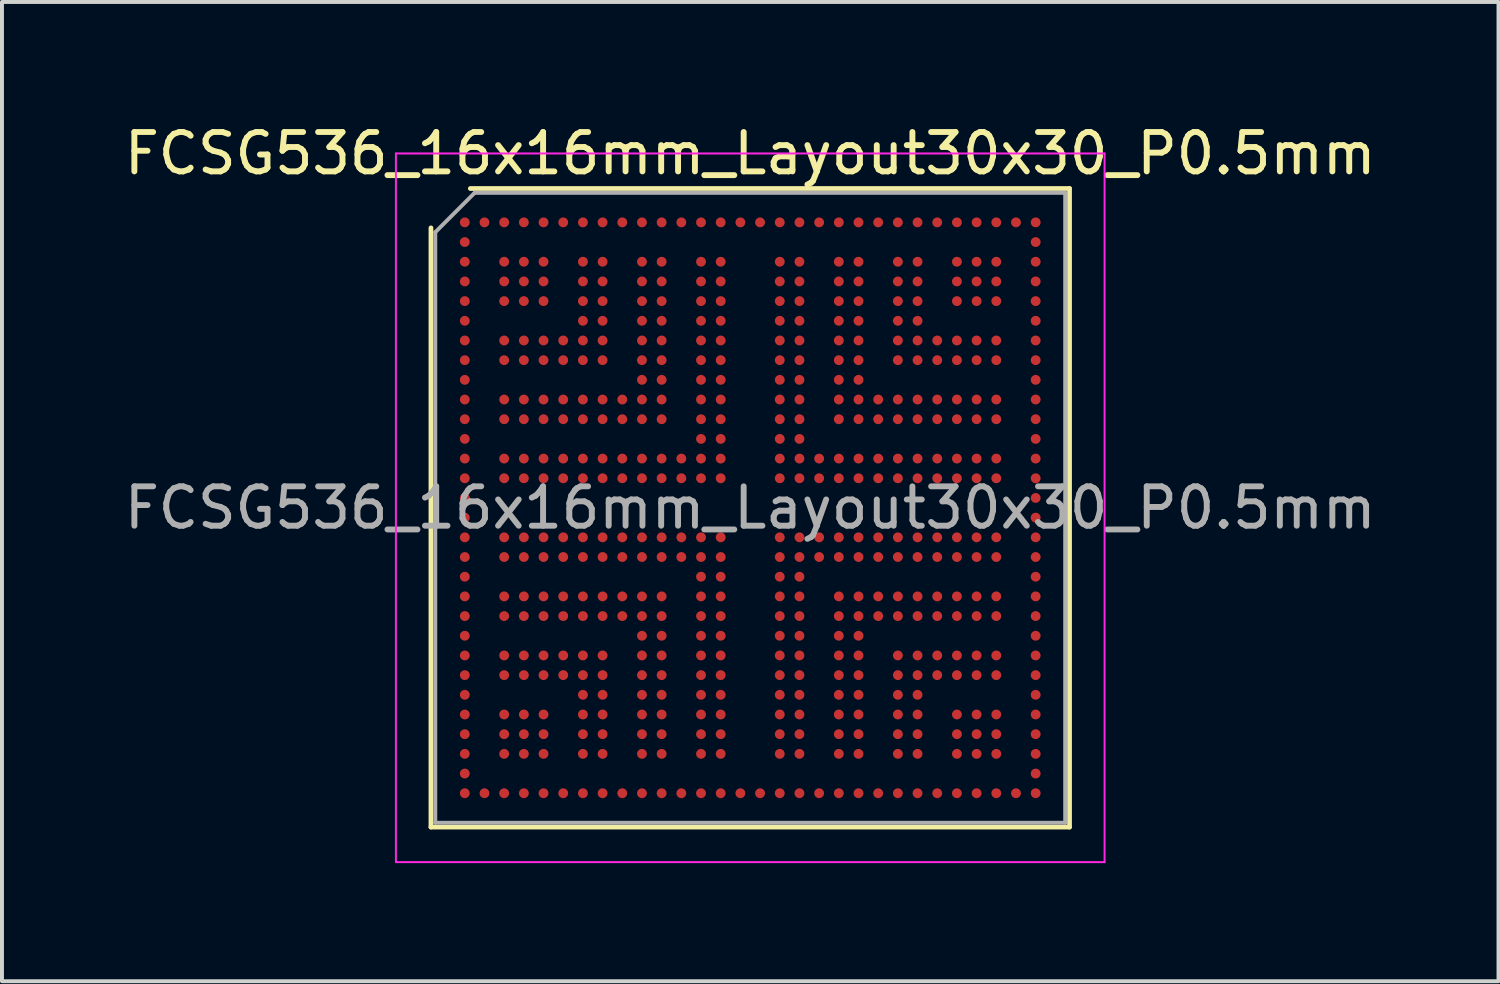
<source format=kicad_pcb>
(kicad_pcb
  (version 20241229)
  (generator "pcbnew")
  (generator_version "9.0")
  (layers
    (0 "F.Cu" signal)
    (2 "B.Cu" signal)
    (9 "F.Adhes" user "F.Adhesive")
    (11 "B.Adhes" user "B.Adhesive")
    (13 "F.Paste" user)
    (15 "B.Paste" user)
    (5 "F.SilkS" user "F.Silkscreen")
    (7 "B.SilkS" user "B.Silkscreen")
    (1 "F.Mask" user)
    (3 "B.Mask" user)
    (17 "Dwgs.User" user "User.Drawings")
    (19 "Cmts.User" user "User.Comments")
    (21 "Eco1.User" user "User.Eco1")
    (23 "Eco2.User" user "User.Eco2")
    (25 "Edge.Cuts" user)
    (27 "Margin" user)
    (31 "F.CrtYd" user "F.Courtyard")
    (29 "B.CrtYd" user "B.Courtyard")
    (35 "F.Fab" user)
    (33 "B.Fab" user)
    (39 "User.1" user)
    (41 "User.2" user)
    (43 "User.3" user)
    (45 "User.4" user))
  (footprint "FCSG536_16x16mm_Layout30x30_P0.5mm"
    (layer "F.Cu")
    (at 16.006 9.848)
    (property "Reference" "FCSG536_16x16mm_Layout30x30_P0.5mm" (at 0 -9 0) (layer "F.SilkS") (effects (font (size 1 1) (thickness 0.15))))
    (attr smd)
    (fp_line (start -8.11 8.11) (end -8.11 -7.11) (stroke (width 0.12) (type solid)) (layer "F.SilkS"))
    (fp_line (start -7.11 -8.11) (end 8.11 -8.11) (stroke (width 0.12) (type solid)) (layer "F.SilkS"))
    (fp_line (start 8.11 -8.11) (end 8.11 8.11) (stroke (width 0.12) (type solid)) (layer "F.SilkS"))
    (fp_line (start 8.11 8.11) (end -8.11 8.11) (stroke (width 0.12) (type solid)) (layer "F.SilkS"))
    (fp_line (start -9 -9) (end -9 9) (stroke (width 0.05) (type solid)) (layer "F.CrtYd"))
    (fp_line (start -9 9) (end 9 9) (stroke (width 0.05) (type solid)) (layer "F.CrtYd"))
    (fp_line (start 9 -9) (end -9 -9) (stroke (width 0.05) (type solid)) (layer "F.CrtYd"))
    (fp_line (start 9 9) (end 9 -9) (stroke (width 0.05) (type solid)) (layer "F.CrtYd"))
    (fp_line (start -8 -7) (end -7 -8) (stroke (width 0.1) (type solid)) (layer "F.Fab"))
    (fp_line (start -8 8) (end -8 -7) (stroke (width 0.1) (type solid)) (layer "F.Fab"))
    (fp_line (start -7 -8) (end 8 -8) (stroke (width 0.1) (type solid)) (layer "F.Fab"))
    (fp_line (start 8 -8) (end 8 8) (stroke (width 0.1) (type solid)) (layer "F.Fab"))
    (fp_line (start 8 8) (end -8 8) (stroke (width 0.1) (type solid)) (layer "F.Fab"))
    (fp_text user "${REFERENCE}" (at 0 0 0) (layer "F.Fab") (effects (font (size 1 1) (thickness 0.15))))
    (pad "A1" smd circle (at -7.25 -7.25) (size 0.25 0.25) (layers "F.Cu" "F.Mask" "F.Paste"))
    (pad "A2" smd circle (at -6.75 -7.25) (size 0.25 0.25) (layers "F.Cu" "F.Mask" "F.Paste"))
    (pad "A3" smd circle (at -6.25 -7.25) (size 0.25 0.25) (layers "F.Cu" "F.Mask" "F.Paste"))
    (pad "A4" smd circle (at -5.75 -7.25) (size 0.25 0.25) (layers "F.Cu" "F.Mask" "F.Paste"))
    (pad "A5" smd circle (at -5.25 -7.25) (size 0.25 0.25) (layers "F.Cu" "F.Mask" "F.Paste"))
    (pad "A6" smd circle (at -4.75 -7.25) (size 0.25 0.25) (layers "F.Cu" "F.Mask" "F.Paste"))
    (pad "A7" smd circle (at -4.25 -7.25) (size 0.25 0.25) (layers "F.Cu" "F.Mask" "F.Paste"))
    (pad "A8" smd circle (at -3.75 -7.25) (size 0.25 0.25) (layers "F.Cu" "F.Mask" "F.Paste"))
    (pad "A9" smd circle (at -3.25 -7.25) (size 0.25 0.25) (layers "F.Cu" "F.Mask" "F.Paste"))
    (pad "A10" smd circle (at -2.75 -7.25) (size 0.25 0.25) (layers "F.Cu" "F.Mask" "F.Paste"))
    (pad "A11" smd circle (at -2.25 -7.25) (size 0.25 0.25) (layers "F.Cu" "F.Mask" "F.Paste"))
    (pad "A12" smd circle (at -1.75 -7.25) (size 0.25 0.25) (layers "F.Cu" "F.Mask" "F.Paste"))
    (pad "A13" smd circle (at -1.25 -7.25) (size 0.25 0.25) (layers "F.Cu" "F.Mask" "F.Paste"))
    (pad "A14" smd circle (at -0.75 -7.25) (size 0.25 0.25) (layers "F.Cu" "F.Mask" "F.Paste"))
    (pad "A15" smd circle (at -0.25 -7.25) (size 0.25 0.25) (layers "F.Cu" "F.Mask" "F.Paste"))
    (pad "A16" smd circle (at 0.25 -7.25) (size 0.25 0.25) (layers "F.Cu" "F.Mask" "F.Paste"))
    (pad "A17" smd circle (at 0.75 -7.25) (size 0.25 0.25) (layers "F.Cu" "F.Mask" "F.Paste"))
    (pad "A18" smd circle (at 1.25 -7.25) (size 0.25 0.25) (layers "F.Cu" "F.Mask" "F.Paste"))
    (pad "A19" smd circle (at 1.75 -7.25) (size 0.25 0.25) (layers "F.Cu" "F.Mask" "F.Paste"))
    (pad "A20" smd circle (at 2.25 -7.25) (size 0.25 0.25) (layers "F.Cu" "F.Mask" "F.Paste"))
    (pad "A21" smd circle (at 2.75 -7.25) (size 0.25 0.25) (layers "F.Cu" "F.Mask" "F.Paste"))
    (pad "A22" smd circle (at 3.25 -7.25) (size 0.25 0.25) (layers "F.Cu" "F.Mask" "F.Paste"))
    (pad "A23" smd circle (at 3.75 -7.25) (size 0.25 0.25) (layers "F.Cu" "F.Mask" "F.Paste"))
    (pad "A24" smd circle (at 4.25 -7.25) (size 0.25 0.25) (layers "F.Cu" "F.Mask" "F.Paste"))
    (pad "A25" smd circle (at 4.75 -7.25) (size 0.25 0.25) (layers "F.Cu" "F.Mask" "F.Paste"))
    (pad "A26" smd circle (at 5.25 -7.25) (size 0.25 0.25) (layers "F.Cu" "F.Mask" "F.Paste"))
    (pad "A27" smd circle (at 5.75 -7.25) (size 0.25 0.25) (layers "F.Cu" "F.Mask" "F.Paste"))
    (pad "A28" smd circle (at 6.25 -7.25) (size 0.25 0.25) (layers "F.Cu" "F.Mask" "F.Paste"))
    (pad "A29" smd circle (at 6.75 -7.25) (size 0.25 0.25) (layers "F.Cu" "F.Mask" "F.Paste"))
    (pad "A30" smd circle (at 7.25 -7.25) (size 0.25 0.25) (layers "F.Cu" "F.Mask" "F.Paste"))
    (pad "AA1" smd circle (at -7.25 2.75) (size 0.25 0.25) (layers "F.Cu" "F.Mask" "F.Paste"))
    (pad "AA3" smd circle (at -6.25 2.75) (size 0.25 0.25) (layers "F.Cu" "F.Mask" "F.Paste"))
    (pad "AA4" smd circle (at -5.75 2.75) (size 0.25 0.25) (layers "F.Cu" "F.Mask" "F.Paste"))
    (pad "AA5" smd circle (at -5.25 2.75) (size 0.25 0.25) (layers "F.Cu" "F.Mask" "F.Paste"))
    (pad "AA6" smd circle (at -4.75 2.75) (size 0.25 0.25) (layers "F.Cu" "F.Mask" "F.Paste"))
    (pad "AA7" smd circle (at -4.25 2.75) (size 0.25 0.25) (layers "F.Cu" "F.Mask" "F.Paste"))
    (pad "AA8" smd circle (at -3.75 2.75) (size 0.25 0.25) (layers "F.Cu" "F.Mask" "F.Paste"))
    (pad "AA9" smd circle (at -3.25 2.75) (size 0.25 0.25) (layers "F.Cu" "F.Mask" "F.Paste"))
    (pad "AA10" smd circle (at -2.75 2.75) (size 0.25 0.25) (layers "F.Cu" "F.Mask" "F.Paste"))
    (pad "AA11" smd circle (at -2.25 2.75) (size 0.25 0.25) (layers "F.Cu" "F.Mask" "F.Paste"))
    (pad "AA13" smd circle (at -1.25 2.75) (size 0.25 0.25) (layers "F.Cu" "F.Mask" "F.Paste"))
    (pad "AA14" smd circle (at -0.75 2.75) (size 0.25 0.25) (layers "F.Cu" "F.Mask" "F.Paste"))
    (pad "AA17" smd circle (at 0.75 2.75) (size 0.25 0.25) (layers "F.Cu" "F.Mask" "F.Paste"))
    (pad "AA18" smd circle (at 1.25 2.75) (size 0.25 0.25) (layers "F.Cu" "F.Mask" "F.Paste"))
    (pad "AA20" smd circle (at 2.25 2.75) (size 0.25 0.25) (layers "F.Cu" "F.Mask" "F.Paste"))
    (pad "AA21" smd circle (at 2.75 2.75) (size 0.25 0.25) (layers "F.Cu" "F.Mask" "F.Paste"))
    (pad "AA22" smd circle (at 3.25 2.75) (size 0.25 0.25) (layers "F.Cu" "F.Mask" "F.Paste"))
    (pad "AA23" smd circle (at 3.75 2.75) (size 0.25 0.25) (layers "F.Cu" "F.Mask" "F.Paste"))
    (pad "AA24" smd circle (at 4.25 2.75) (size 0.25 0.25) (layers "F.Cu" "F.Mask" "F.Paste"))
    (pad "AA25" smd circle (at 4.75 2.75) (size 0.25 0.25) (layers "F.Cu" "F.Mask" "F.Paste"))
    (pad "AA26" smd circle (at 5.25 2.75) (size 0.25 0.25) (layers "F.Cu" "F.Mask" "F.Paste"))
    (pad "AA27" smd circle (at 5.75 2.75) (size 0.25 0.25) (layers "F.Cu" "F.Mask" "F.Paste"))
    (pad "AA28" smd circle (at 6.25 2.75) (size 0.25 0.25) (layers "F.Cu" "F.Mask" "F.Paste"))
    (pad "AA30" smd circle (at 7.25 2.75) (size 0.25 0.25) (layers "F.Cu" "F.Mask" "F.Paste"))
    (pad "AB1" smd circle (at -7.25 3.25) (size 0.25 0.25) (layers "F.Cu" "F.Mask" "F.Paste"))
    (pad "AB10" smd circle (at -2.75 3.25) (size 0.25 0.25) (layers "F.Cu" "F.Mask" "F.Paste"))
    (pad "AB11" smd circle (at -2.25 3.25) (size 0.25 0.25) (layers "F.Cu" "F.Mask" "F.Paste"))
    (pad "AB13" smd circle (at -1.25 3.25) (size 0.25 0.25) (layers "F.Cu" "F.Mask" "F.Paste"))
    (pad "AB14" smd circle (at -0.75 3.25) (size 0.25 0.25) (layers "F.Cu" "F.Mask" "F.Paste"))
    (pad "AB17" smd circle (at 0.75 3.25) (size 0.25 0.25) (layers "F.Cu" "F.Mask" "F.Paste"))
    (pad "AB18" smd circle (at 1.25 3.25) (size 0.25 0.25) (layers "F.Cu" "F.Mask" "F.Paste"))
    (pad "AB20" smd circle (at 2.25 3.25) (size 0.25 0.25) (layers "F.Cu" "F.Mask" "F.Paste"))
    (pad "AB21" smd circle (at 2.75 3.25) (size 0.25 0.25) (layers "F.Cu" "F.Mask" "F.Paste"))
    (pad "AB30" smd circle (at 7.25 3.25) (size 0.25 0.25) (layers "F.Cu" "F.Mask" "F.Paste"))
    (pad "AC1" smd circle (at -7.25 3.75) (size 0.25 0.25) (layers "F.Cu" "F.Mask" "F.Paste"))
    (pad "AC3" smd circle (at -6.25 3.75) (size 0.25 0.25) (layers "F.Cu" "F.Mask" "F.Paste"))
    (pad "AC4" smd circle (at -5.75 3.75) (size 0.25 0.25) (layers "F.Cu" "F.Mask" "F.Paste"))
    (pad "AC5" smd circle (at -5.25 3.75) (size 0.25 0.25) (layers "F.Cu" "F.Mask" "F.Paste"))
    (pad "AC6" smd circle (at -4.75 3.75) (size 0.25 0.25) (layers "F.Cu" "F.Mask" "F.Paste"))
    (pad "AC7" smd circle (at -4.25 3.75) (size 0.25 0.25) (layers "F.Cu" "F.Mask" "F.Paste"))
    (pad "AC8" smd circle (at -3.75 3.75) (size 0.25 0.25) (layers "F.Cu" "F.Mask" "F.Paste"))
    (pad "AC10" smd circle (at -2.75 3.75) (size 0.25 0.25) (layers "F.Cu" "F.Mask" "F.Paste"))
    (pad "AC11" smd circle (at -2.25 3.75) (size 0.25 0.25) (layers "F.Cu" "F.Mask" "F.Paste"))
    (pad "AC13" smd circle (at -1.25 3.75) (size 0.25 0.25) (layers "F.Cu" "F.Mask" "F.Paste"))
    (pad "AC14" smd circle (at -0.75 3.75) (size 0.25 0.25) (layers "F.Cu" "F.Mask" "F.Paste"))
    (pad "AC17" smd circle (at 0.75 3.75) (size 0.25 0.25) (layers "F.Cu" "F.Mask" "F.Paste"))
    (pad "AC18" smd circle (at 1.25 3.75) (size 0.25 0.25) (layers "F.Cu" "F.Mask" "F.Paste"))
    (pad "AC20" smd circle (at 2.25 3.75) (size 0.25 0.25) (layers "F.Cu" "F.Mask" "F.Paste"))
    (pad "AC21" smd circle (at 2.75 3.75) (size 0.25 0.25) (layers "F.Cu" "F.Mask" "F.Paste"))
    (pad "AC23" smd circle (at 3.75 3.75) (size 0.25 0.25) (layers "F.Cu" "F.Mask" "F.Paste"))
    (pad "AC24" smd circle (at 4.25 3.75) (size 0.25 0.25) (layers "F.Cu" "F.Mask" "F.Paste"))
    (pad "AC25" smd circle (at 4.75 3.75) (size 0.25 0.25) (layers "F.Cu" "F.Mask" "F.Paste"))
    (pad "AC26" smd circle (at 5.25 3.75) (size 0.25 0.25) (layers "F.Cu" "F.Mask" "F.Paste"))
    (pad "AC27" smd circle (at 5.75 3.75) (size 0.25 0.25) (layers "F.Cu" "F.Mask" "F.Paste"))
    (pad "AC28" smd circle (at 6.25 3.75) (size 0.25 0.25) (layers "F.Cu" "F.Mask" "F.Paste"))
    (pad "AC30" smd circle (at 7.25 3.75) (size 0.25 0.25) (layers "F.Cu" "F.Mask" "F.Paste"))
    (pad "AD1" smd circle (at -7.25 4.25) (size 0.25 0.25) (layers "F.Cu" "F.Mask" "F.Paste"))
    (pad "AD3" smd circle (at -6.25 4.25) (size 0.25 0.25) (layers "F.Cu" "F.Mask" "F.Paste"))
    (pad "AD4" smd circle (at -5.75 4.25) (size 0.25 0.25) (layers "F.Cu" "F.Mask" "F.Paste"))
    (pad "AD5" smd circle (at -5.25 4.25) (size 0.25 0.25) (layers "F.Cu" "F.Mask" "F.Paste"))
    (pad "AD6" smd circle (at -4.75 4.25) (size 0.25 0.25) (layers "F.Cu" "F.Mask" "F.Paste"))
    (pad "AD7" smd circle (at -4.25 4.25) (size 0.25 0.25) (layers "F.Cu" "F.Mask" "F.Paste"))
    (pad "AD8" smd circle (at -3.75 4.25) (size 0.25 0.25) (layers "F.Cu" "F.Mask" "F.Paste"))
    (pad "AD10" smd circle (at -2.75 4.25) (size 0.25 0.25) (layers "F.Cu" "F.Mask" "F.Paste"))
    (pad "AD11" smd circle (at -2.25 4.25) (size 0.25 0.25) (layers "F.Cu" "F.Mask" "F.Paste"))
    (pad "AD13" smd circle (at -1.25 4.25) (size 0.25 0.25) (layers "F.Cu" "F.Mask" "F.Paste"))
    (pad "AD14" smd circle (at -0.75 4.25) (size 0.25 0.25) (layers "F.Cu" "F.Mask" "F.Paste"))
    (pad "AD17" smd circle (at 0.75 4.25) (size 0.25 0.25) (layers "F.Cu" "F.Mask" "F.Paste"))
    (pad "AD18" smd circle (at 1.25 4.25) (size 0.25 0.25) (layers "F.Cu" "F.Mask" "F.Paste"))
    (pad "AD20" smd circle (at 2.25 4.25) (size 0.25 0.25) (layers "F.Cu" "F.Mask" "F.Paste"))
    (pad "AD21" smd circle (at 2.75 4.25) (size 0.25 0.25) (layers "F.Cu" "F.Mask" "F.Paste"))
    (pad "AD23" smd circle (at 3.75 4.25) (size 0.25 0.25) (layers "F.Cu" "F.Mask" "F.Paste"))
    (pad "AD24" smd circle (at 4.25 4.25) (size 0.25 0.25) (layers "F.Cu" "F.Mask" "F.Paste"))
    (pad "AD25" smd circle (at 4.75 4.25) (size 0.25 0.25) (layers "F.Cu" "F.Mask" "F.Paste"))
    (pad "AD26" smd circle (at 5.25 4.25) (size 0.25 0.25) (layers "F.Cu" "F.Mask" "F.Paste"))
    (pad "AD27" smd circle (at 5.75 4.25) (size 0.25 0.25) (layers "F.Cu" "F.Mask" "F.Paste"))
    (pad "AD28" smd circle (at 6.25 4.25) (size 0.25 0.25) (layers "F.Cu" "F.Mask" "F.Paste"))
    (pad "AD30" smd circle (at 7.25 4.25) (size 0.25 0.25) (layers "F.Cu" "F.Mask" "F.Paste"))
    (pad "AE1" smd circle (at -7.25 4.75) (size 0.25 0.25) (layers "F.Cu" "F.Mask" "F.Paste"))
    (pad "AE7" smd circle (at -4.25 4.75) (size 0.25 0.25) (layers "F.Cu" "F.Mask" "F.Paste"))
    (pad "AE8" smd circle (at -3.75 4.75) (size 0.25 0.25) (layers "F.Cu" "F.Mask" "F.Paste"))
    (pad "AE10" smd circle (at -2.75 4.75) (size 0.25 0.25) (layers "F.Cu" "F.Mask" "F.Paste"))
    (pad "AE11" smd circle (at -2.25 4.75) (size 0.25 0.25) (layers "F.Cu" "F.Mask" "F.Paste"))
    (pad "AE13" smd circle (at -1.25 4.75) (size 0.25 0.25) (layers "F.Cu" "F.Mask" "F.Paste"))
    (pad "AE14" smd circle (at -0.75 4.75) (size 0.25 0.25) (layers "F.Cu" "F.Mask" "F.Paste"))
    (pad "AE17" smd circle (at 0.75 4.75) (size 0.25 0.25) (layers "F.Cu" "F.Mask" "F.Paste"))
    (pad "AE18" smd circle (at 1.25 4.75) (size 0.25 0.25) (layers "F.Cu" "F.Mask" "F.Paste"))
    (pad "AE20" smd circle (at 2.25 4.75) (size 0.25 0.25) (layers "F.Cu" "F.Mask" "F.Paste"))
    (pad "AE21" smd circle (at 2.75 4.75) (size 0.25 0.25) (layers "F.Cu" "F.Mask" "F.Paste"))
    (pad "AE23" smd circle (at 3.75 4.75) (size 0.25 0.25) (layers "F.Cu" "F.Mask" "F.Paste"))
    (pad "AE24" smd circle (at 4.25 4.75) (size 0.25 0.25) (layers "F.Cu" "F.Mask" "F.Paste"))
    (pad "AE30" smd circle (at 7.25 4.75) (size 0.25 0.25) (layers "F.Cu" "F.Mask" "F.Paste"))
    (pad "AF1" smd circle (at -7.25 5.25) (size 0.25 0.25) (layers "F.Cu" "F.Mask" "F.Paste"))
    (pad "AF3" smd circle (at -6.25 5.25) (size 0.25 0.25) (layers "F.Cu" "F.Mask" "F.Paste"))
    (pad "AF4" smd circle (at -5.75 5.25) (size 0.25 0.25) (layers "F.Cu" "F.Mask" "F.Paste"))
    (pad "AF5" smd circle (at -5.25 5.25) (size 0.25 0.25) (layers "F.Cu" "F.Mask" "F.Paste"))
    (pad "AF7" smd circle (at -4.25 5.25) (size 0.25 0.25) (layers "F.Cu" "F.Mask" "F.Paste"))
    (pad "AF8" smd circle (at -3.75 5.25) (size 0.25 0.25) (layers "F.Cu" "F.Mask" "F.Paste"))
    (pad "AF10" smd circle (at -2.75 5.25) (size 0.25 0.25) (layers "F.Cu" "F.Mask" "F.Paste"))
    (pad "AF11" smd circle (at -2.25 5.25) (size 0.25 0.25) (layers "F.Cu" "F.Mask" "F.Paste"))
    (pad "AF13" smd circle (at -1.25 5.25) (size 0.25 0.25) (layers "F.Cu" "F.Mask" "F.Paste"))
    (pad "AF14" smd circle (at -0.75 5.25) (size 0.25 0.25) (layers "F.Cu" "F.Mask" "F.Paste"))
    (pad "AF17" smd circle (at 0.75 5.25) (size 0.25 0.25) (layers "F.Cu" "F.Mask" "F.Paste"))
    (pad "AF18" smd circle (at 1.25 5.25) (size 0.25 0.25) (layers "F.Cu" "F.Mask" "F.Paste"))
    (pad "AF20" smd circle (at 2.25 5.25) (size 0.25 0.25) (layers "F.Cu" "F.Mask" "F.Paste"))
    (pad "AF21" smd circle (at 2.75 5.25) (size 0.25 0.25) (layers "F.Cu" "F.Mask" "F.Paste"))
    (pad "AF23" smd circle (at 3.75 5.25) (size 0.25 0.25) (layers "F.Cu" "F.Mask" "F.Paste"))
    (pad "AF24" smd circle (at 4.25 5.25) (size 0.25 0.25) (layers "F.Cu" "F.Mask" "F.Paste"))
    (pad "AF26" smd circle (at 5.25 5.25) (size 0.25 0.25) (layers "F.Cu" "F.Mask" "F.Paste"))
    (pad "AF27" smd circle (at 5.75 5.25) (size 0.25 0.25) (layers "F.Cu" "F.Mask" "F.Paste"))
    (pad "AF28" smd circle (at 6.25 5.25) (size 0.25 0.25) (layers "F.Cu" "F.Mask" "F.Paste"))
    (pad "AF30" smd circle (at 7.25 5.25) (size 0.25 0.25) (layers "F.Cu" "F.Mask" "F.Paste"))
    (pad "AG1" smd circle (at -7.25 5.75) (size 0.25 0.25) (layers "F.Cu" "F.Mask" "F.Paste"))
    (pad "AG3" smd circle (at -6.25 5.75) (size 0.25 0.25) (layers "F.Cu" "F.Mask" "F.Paste"))
    (pad "AG4" smd circle (at -5.75 5.75) (size 0.25 0.25) (layers "F.Cu" "F.Mask" "F.Paste"))
    (pad "AG5" smd circle (at -5.25 5.75) (size 0.25 0.25) (layers "F.Cu" "F.Mask" "F.Paste"))
    (pad "AG7" smd circle (at -4.25 5.75) (size 0.25 0.25) (layers "F.Cu" "F.Mask" "F.Paste"))
    (pad "AG8" smd circle (at -3.75 5.75) (size 0.25 0.25) (layers "F.Cu" "F.Mask" "F.Paste"))
    (pad "AG10" smd circle (at -2.75 5.75) (size 0.25 0.25) (layers "F.Cu" "F.Mask" "F.Paste"))
    (pad "AG11" smd circle (at -2.25 5.75) (size 0.25 0.25) (layers "F.Cu" "F.Mask" "F.Paste"))
    (pad "AG13" smd circle (at -1.25 5.75) (size 0.25 0.25) (layers "F.Cu" "F.Mask" "F.Paste"))
    (pad "AG14" smd circle (at -0.75 5.75) (size 0.25 0.25) (layers "F.Cu" "F.Mask" "F.Paste"))
    (pad "AG17" smd circle (at 0.75 5.75) (size 0.25 0.25) (layers "F.Cu" "F.Mask" "F.Paste"))
    (pad "AG18" smd circle (at 1.25 5.75) (size 0.25 0.25) (layers "F.Cu" "F.Mask" "F.Paste"))
    (pad "AG20" smd circle (at 2.25 5.75) (size 0.25 0.25) (layers "F.Cu" "F.Mask" "F.Paste"))
    (pad "AG21" smd circle (at 2.75 5.75) (size 0.25 0.25) (layers "F.Cu" "F.Mask" "F.Paste"))
    (pad "AG23" smd circle (at 3.75 5.75) (size 0.25 0.25) (layers "F.Cu" "F.Mask" "F.Paste"))
    (pad "AG24" smd circle (at 4.25 5.75) (size 0.25 0.25) (layers "F.Cu" "F.Mask" "F.Paste"))
    (pad "AG26" smd circle (at 5.25 5.75) (size 0.25 0.25) (layers "F.Cu" "F.Mask" "F.Paste"))
    (pad "AG27" smd circle (at 5.75 5.75) (size 0.25 0.25) (layers "F.Cu" "F.Mask" "F.Paste"))
    (pad "AG28" smd circle (at 6.25 5.75) (size 0.25 0.25) (layers "F.Cu" "F.Mask" "F.Paste"))
    (pad "AG30" smd circle (at 7.25 5.75) (size 0.25 0.25) (layers "F.Cu" "F.Mask" "F.Paste"))
    (pad "AH1" smd circle (at -7.25 6.25) (size 0.25 0.25) (layers "F.Cu" "F.Mask" "F.Paste"))
    (pad "AH3" smd circle (at -6.25 6.25) (size 0.25 0.25) (layers "F.Cu" "F.Mask" "F.Paste"))
    (pad "AH4" smd circle (at -5.75 6.25) (size 0.25 0.25) (layers "F.Cu" "F.Mask" "F.Paste"))
    (pad "AH5" smd circle (at -5.25 6.25) (size 0.25 0.25) (layers "F.Cu" "F.Mask" "F.Paste"))
    (pad "AH7" smd circle (at -4.25 6.25) (size 0.25 0.25) (layers "F.Cu" "F.Mask" "F.Paste"))
    (pad "AH8" smd circle (at -3.75 6.25) (size 0.25 0.25) (layers "F.Cu" "F.Mask" "F.Paste"))
    (pad "AH10" smd circle (at -2.75 6.25) (size 0.25 0.25) (layers "F.Cu" "F.Mask" "F.Paste"))
    (pad "AH11" smd circle (at -2.25 6.25) (size 0.25 0.25) (layers "F.Cu" "F.Mask" "F.Paste"))
    (pad "AH13" smd circle (at -1.25 6.25) (size 0.25 0.25) (layers "F.Cu" "F.Mask" "F.Paste"))
    (pad "AH14" smd circle (at -0.75 6.25) (size 0.25 0.25) (layers "F.Cu" "F.Mask" "F.Paste"))
    (pad "AH17" smd circle (at 0.75 6.25) (size 0.25 0.25) (layers "F.Cu" "F.Mask" "F.Paste"))
    (pad "AH18" smd circle (at 1.25 6.25) (size 0.25 0.25) (layers "F.Cu" "F.Mask" "F.Paste"))
    (pad "AH20" smd circle (at 2.25 6.25) (size 0.25 0.25) (layers "F.Cu" "F.Mask" "F.Paste"))
    (pad "AH21" smd circle (at 2.75 6.25) (size 0.25 0.25) (layers "F.Cu" "F.Mask" "F.Paste"))
    (pad "AH23" smd circle (at 3.75 6.25) (size 0.25 0.25) (layers "F.Cu" "F.Mask" "F.Paste"))
    (pad "AH24" smd circle (at 4.25 6.25) (size 0.25 0.25) (layers "F.Cu" "F.Mask" "F.Paste"))
    (pad "AH26" smd circle (at 5.25 6.25) (size 0.25 0.25) (layers "F.Cu" "F.Mask" "F.Paste"))
    (pad "AH27" smd circle (at 5.75 6.25) (size 0.25 0.25) (layers "F.Cu" "F.Mask" "F.Paste"))
    (pad "AH28" smd circle (at 6.25 6.25) (size 0.25 0.25) (layers "F.Cu" "F.Mask" "F.Paste"))
    (pad "AH30" smd circle (at 7.25 6.25) (size 0.25 0.25) (layers "F.Cu" "F.Mask" "F.Paste"))
    (pad "AJ1" smd circle (at -7.25 6.75) (size 0.25 0.25) (layers "F.Cu" "F.Mask" "F.Paste"))
    (pad "AJ30" smd circle (at 7.25 6.75) (size 0.25 0.25) (layers "F.Cu" "F.Mask" "F.Paste"))
    (pad "AK1" smd circle (at -7.25 7.25) (size 0.25 0.25) (layers "F.Cu" "F.Mask" "F.Paste"))
    (pad "AK2" smd circle (at -6.75 7.25) (size 0.25 0.25) (layers "F.Cu" "F.Mask" "F.Paste"))
    (pad "AK3" smd circle (at -6.25 7.25) (size 0.25 0.25) (layers "F.Cu" "F.Mask" "F.Paste"))
    (pad "AK4" smd circle (at -5.75 7.25) (size 0.25 0.25) (layers "F.Cu" "F.Mask" "F.Paste"))
    (pad "AK5" smd circle (at -5.25 7.25) (size 0.25 0.25) (layers "F.Cu" "F.Mask" "F.Paste"))
    (pad "AK6" smd circle (at -4.75 7.25) (size 0.25 0.25) (layers "F.Cu" "F.Mask" "F.Paste"))
    (pad "AK7" smd circle (at -4.25 7.25) (size 0.25 0.25) (layers "F.Cu" "F.Mask" "F.Paste"))
    (pad "AK8" smd circle (at -3.75 7.25) (size 0.25 0.25) (layers "F.Cu" "F.Mask" "F.Paste"))
    (pad "AK9" smd circle (at -3.25 7.25) (size 0.25 0.25) (layers "F.Cu" "F.Mask" "F.Paste"))
    (pad "AK10" smd circle (at -2.75 7.25) (size 0.25 0.25) (layers "F.Cu" "F.Mask" "F.Paste"))
    (pad "AK11" smd circle (at -2.25 7.25) (size 0.25 0.25) (layers "F.Cu" "F.Mask" "F.Paste"))
    (pad "AK12" smd circle (at -1.75 7.25) (size 0.25 0.25) (layers "F.Cu" "F.Mask" "F.Paste"))
    (pad "AK13" smd circle (at -1.25 7.25) (size 0.25 0.25) (layers "F.Cu" "F.Mask" "F.Paste"))
    (pad "AK14" smd circle (at -0.75 7.25) (size 0.25 0.25) (layers "F.Cu" "F.Mask" "F.Paste"))
    (pad "AK15" smd circle (at -0.25 7.25) (size 0.25 0.25) (layers "F.Cu" "F.Mask" "F.Paste"))
    (pad "AK16" smd circle (at 0.25 7.25) (size 0.25 0.25) (layers "F.Cu" "F.Mask" "F.Paste"))
    (pad "AK17" smd circle (at 0.75 7.25) (size 0.25 0.25) (layers "F.Cu" "F.Mask" "F.Paste"))
    (pad "AK18" smd circle (at 1.25 7.25) (size 0.25 0.25) (layers "F.Cu" "F.Mask" "F.Paste"))
    (pad "AK19" smd circle (at 1.75 7.25) (size 0.25 0.25) (layers "F.Cu" "F.Mask" "F.Paste"))
    (pad "AK20" smd circle (at 2.25 7.25) (size 0.25 0.25) (layers "F.Cu" "F.Mask" "F.Paste"))
    (pad "AK21" smd circle (at 2.75 7.25) (size 0.25 0.25) (layers "F.Cu" "F.Mask" "F.Paste"))
    (pad "AK22" smd circle (at 3.25 7.25) (size 0.25 0.25) (layers "F.Cu" "F.Mask" "F.Paste"))
    (pad "AK23" smd circle (at 3.75 7.25) (size 0.25 0.25) (layers "F.Cu" "F.Mask" "F.Paste"))
    (pad "AK24" smd circle (at 4.25 7.25) (size 0.25 0.25) (layers "F.Cu" "F.Mask" "F.Paste"))
    (pad "AK25" smd circle (at 4.75 7.25) (size 0.25 0.25) (layers "F.Cu" "F.Mask" "F.Paste"))
    (pad "AK26" smd circle (at 5.25 7.25) (size 0.25 0.25) (layers "F.Cu" "F.Mask" "F.Paste"))
    (pad "AK27" smd circle (at 5.75 7.25) (size 0.25 0.25) (layers "F.Cu" "F.Mask" "F.Paste"))
    (pad "AK28" smd circle (at 6.25 7.25) (size 0.25 0.25) (layers "F.Cu" "F.Mask" "F.Paste"))
    (pad "AK29" smd circle (at 6.75 7.25) (size 0.25 0.25) (layers "F.Cu" "F.Mask" "F.Paste"))
    (pad "AK30" smd circle (at 7.25 7.25) (size 0.25 0.25) (layers "F.Cu" "F.Mask" "F.Paste"))
    (pad "B1" smd circle (at -7.25 -6.75) (size 0.25 0.25) (layers "F.Cu" "F.Mask" "F.Paste"))
    (pad "B30" smd circle (at 7.25 -6.75) (size 0.25 0.25) (layers "F.Cu" "F.Mask" "F.Paste"))
    (pad "C1" smd circle (at -7.25 -6.25) (size 0.25 0.25) (layers "F.Cu" "F.Mask" "F.Paste"))
    (pad "C3" smd circle (at -6.25 -6.25) (size 0.25 0.25) (layers "F.Cu" "F.Mask" "F.Paste"))
    (pad "C4" smd circle (at -5.75 -6.25) (size 0.25 0.25) (layers "F.Cu" "F.Mask" "F.Paste"))
    (pad "C5" smd circle (at -5.25 -6.25) (size 0.25 0.25) (layers "F.Cu" "F.Mask" "F.Paste"))
    (pad "C7" smd circle (at -4.25 -6.25) (size 0.25 0.25) (layers "F.Cu" "F.Mask" "F.Paste"))
    (pad "C8" smd circle (at -3.75 -6.25) (size 0.25 0.25) (layers "F.Cu" "F.Mask" "F.Paste"))
    (pad "C10" smd circle (at -2.75 -6.25) (size 0.25 0.25) (layers "F.Cu" "F.Mask" "F.Paste"))
    (pad "C11" smd circle (at -2.25 -6.25) (size 0.25 0.25) (layers "F.Cu" "F.Mask" "F.Paste"))
    (pad "C13" smd circle (at -1.25 -6.25) (size 0.25 0.25) (layers "F.Cu" "F.Mask" "F.Paste"))
    (pad "C14" smd circle (at -0.75 -6.25) (size 0.25 0.25) (layers "F.Cu" "F.Mask" "F.Paste"))
    (pad "C17" smd circle (at 0.75 -6.25) (size 0.25 0.25) (layers "F.Cu" "F.Mask" "F.Paste"))
    (pad "C18" smd circle (at 1.25 -6.25) (size 0.25 0.25) (layers "F.Cu" "F.Mask" "F.Paste"))
    (pad "C20" smd circle (at 2.25 -6.25) (size 0.25 0.25) (layers "F.Cu" "F.Mask" "F.Paste"))
    (pad "C21" smd circle (at 2.75 -6.25) (size 0.25 0.25) (layers "F.Cu" "F.Mask" "F.Paste"))
    (pad "C23" smd circle (at 3.75 -6.25) (size 0.25 0.25) (layers "F.Cu" "F.Mask" "F.Paste"))
    (pad "C24" smd circle (at 4.25 -6.25) (size 0.25 0.25) (layers "F.Cu" "F.Mask" "F.Paste"))
    (pad "C26" smd circle (at 5.25 -6.25) (size 0.25 0.25) (layers "F.Cu" "F.Mask" "F.Paste"))
    (pad "C27" smd circle (at 5.75 -6.25) (size 0.25 0.25) (layers "F.Cu" "F.Mask" "F.Paste"))
    (pad "C28" smd circle (at 6.25 -6.25) (size 0.25 0.25) (layers "F.Cu" "F.Mask" "F.Paste"))
    (pad "C30" smd circle (at 7.25 -6.25) (size 0.25 0.25) (layers "F.Cu" "F.Mask" "F.Paste"))
    (pad "D1" smd circle (at -7.25 -5.75) (size 0.25 0.25) (layers "F.Cu" "F.Mask" "F.Paste"))
    (pad "D3" smd circle (at -6.25 -5.75) (size 0.25 0.25) (layers "F.Cu" "F.Mask" "F.Paste"))
    (pad "D4" smd circle (at -5.75 -5.75) (size 0.25 0.25) (layers "F.Cu" "F.Mask" "F.Paste"))
    (pad "D5" smd circle (at -5.25 -5.75) (size 0.25 0.25) (layers "F.Cu" "F.Mask" "F.Paste"))
    (pad "D7" smd circle (at -4.25 -5.75) (size 0.25 0.25) (layers "F.Cu" "F.Mask" "F.Paste"))
    (pad "D8" smd circle (at -3.75 -5.75) (size 0.25 0.25) (layers "F.Cu" "F.Mask" "F.Paste"))
    (pad "D10" smd circle (at -2.75 -5.75) (size 0.25 0.25) (layers "F.Cu" "F.Mask" "F.Paste"))
    (pad "D11" smd circle (at -2.25 -5.75) (size 0.25 0.25) (layers "F.Cu" "F.Mask" "F.Paste"))
    (pad "D13" smd circle (at -1.25 -5.75) (size 0.25 0.25) (layers "F.Cu" "F.Mask" "F.Paste"))
    (pad "D14" smd circle (at -0.75 -5.75) (size 0.25 0.25) (layers "F.Cu" "F.Mask" "F.Paste"))
    (pad "D17" smd circle (at 0.75 -5.75) (size 0.25 0.25) (layers "F.Cu" "F.Mask" "F.Paste"))
    (pad "D18" smd circle (at 1.25 -5.75) (size 0.25 0.25) (layers "F.Cu" "F.Mask" "F.Paste"))
    (pad "D20" smd circle (at 2.25 -5.75) (size 0.25 0.25) (layers "F.Cu" "F.Mask" "F.Paste"))
    (pad "D21" smd circle (at 2.75 -5.75) (size 0.25 0.25) (layers "F.Cu" "F.Mask" "F.Paste"))
    (pad "D23" smd circle (at 3.75 -5.75) (size 0.25 0.25) (layers "F.Cu" "F.Mask" "F.Paste"))
    (pad "D24" smd circle (at 4.25 -5.75) (size 0.25 0.25) (layers "F.Cu" "F.Mask" "F.Paste"))
    (pad "D26" smd circle (at 5.25 -5.75) (size 0.25 0.25) (layers "F.Cu" "F.Mask" "F.Paste"))
    (pad "D27" smd circle (at 5.75 -5.75) (size 0.25 0.25) (layers "F.Cu" "F.Mask" "F.Paste"))
    (pad "D28" smd circle (at 6.25 -5.75) (size 0.25 0.25) (layers "F.Cu" "F.Mask" "F.Paste"))
    (pad "D30" smd circle (at 7.25 -5.75) (size 0.25 0.25) (layers "F.Cu" "F.Mask" "F.Paste"))
    (pad "E1" smd circle (at -7.25 -5.25) (size 0.25 0.25) (layers "F.Cu" "F.Mask" "F.Paste"))
    (pad "E3" smd circle (at -6.25 -5.25) (size 0.25 0.25) (layers "F.Cu" "F.Mask" "F.Paste"))
    (pad "E4" smd circle (at -5.75 -5.25) (size 0.25 0.25) (layers "F.Cu" "F.Mask" "F.Paste"))
    (pad "E5" smd circle (at -5.25 -5.25) (size 0.25 0.25) (layers "F.Cu" "F.Mask" "F.Paste"))
    (pad "E7" smd circle (at -4.25 -5.25) (size 0.25 0.25) (layers "F.Cu" "F.Mask" "F.Paste"))
    (pad "E8" smd circle (at -3.75 -5.25) (size 0.25 0.25) (layers "F.Cu" "F.Mask" "F.Paste"))
    (pad "E10" smd circle (at -2.75 -5.25) (size 0.25 0.25) (layers "F.Cu" "F.Mask" "F.Paste"))
    (pad "E11" smd circle (at -2.25 -5.25) (size 0.25 0.25) (layers "F.Cu" "F.Mask" "F.Paste"))
    (pad "E13" smd circle (at -1.25 -5.25) (size 0.25 0.25) (layers "F.Cu" "F.Mask" "F.Paste"))
    (pad "E14" smd circle (at -0.75 -5.25) (size 0.25 0.25) (layers "F.Cu" "F.Mask" "F.Paste"))
    (pad "E17" smd circle (at 0.75 -5.25) (size 0.25 0.25) (layers "F.Cu" "F.Mask" "F.Paste"))
    (pad "E18" smd circle (at 1.25 -5.25) (size 0.25 0.25) (layers "F.Cu" "F.Mask" "F.Paste"))
    (pad "E20" smd circle (at 2.25 -5.25) (size 0.25 0.25) (layers "F.Cu" "F.Mask" "F.Paste"))
    (pad "E21" smd circle (at 2.75 -5.25) (size 0.25 0.25) (layers "F.Cu" "F.Mask" "F.Paste"))
    (pad "E23" smd circle (at 3.75 -5.25) (size 0.25 0.25) (layers "F.Cu" "F.Mask" "F.Paste"))
    (pad "E24" smd circle (at 4.25 -5.25) (size 0.25 0.25) (layers "F.Cu" "F.Mask" "F.Paste"))
    (pad "E26" smd circle (at 5.25 -5.25) (size 0.25 0.25) (layers "F.Cu" "F.Mask" "F.Paste"))
    (pad "E27" smd circle (at 5.75 -5.25) (size 0.25 0.25) (layers "F.Cu" "F.Mask" "F.Paste"))
    (pad "E28" smd circle (at 6.25 -5.25) (size 0.25 0.25) (layers "F.Cu" "F.Mask" "F.Paste"))
    (pad "E30" smd circle (at 7.25 -5.25) (size 0.25 0.25) (layers "F.Cu" "F.Mask" "F.Paste"))
    (pad "F1" smd circle (at -7.25 -4.75) (size 0.25 0.25) (layers "F.Cu" "F.Mask" "F.Paste"))
    (pad "F7" smd circle (at -4.25 -4.75) (size 0.25 0.25) (layers "F.Cu" "F.Mask" "F.Paste"))
    (pad "F8" smd circle (at -3.75 -4.75) (size 0.25 0.25) (layers "F.Cu" "F.Mask" "F.Paste"))
    (pad "F10" smd circle (at -2.75 -4.75) (size 0.25 0.25) (layers "F.Cu" "F.Mask" "F.Paste"))
    (pad "F11" smd circle (at -2.25 -4.75) (size 0.25 0.25) (layers "F.Cu" "F.Mask" "F.Paste"))
    (pad "F13" smd circle (at -1.25 -4.75) (size 0.25 0.25) (layers "F.Cu" "F.Mask" "F.Paste"))
    (pad "F14" smd circle (at -0.75 -4.75) (size 0.25 0.25) (layers "F.Cu" "F.Mask" "F.Paste"))
    (pad "F17" smd circle (at 0.75 -4.75) (size 0.25 0.25) (layers "F.Cu" "F.Mask" "F.Paste"))
    (pad "F18" smd circle (at 1.25 -4.75) (size 0.25 0.25) (layers "F.Cu" "F.Mask" "F.Paste"))
    (pad "F20" smd circle (at 2.25 -4.75) (size 0.25 0.25) (layers "F.Cu" "F.Mask" "F.Paste"))
    (pad "F21" smd circle (at 2.75 -4.75) (size 0.25 0.25) (layers "F.Cu" "F.Mask" "F.Paste"))
    (pad "F23" smd circle (at 3.75 -4.75) (size 0.25 0.25) (layers "F.Cu" "F.Mask" "F.Paste"))
    (pad "F24" smd circle (at 4.25 -4.75) (size 0.25 0.25) (layers "F.Cu" "F.Mask" "F.Paste"))
    (pad "F30" smd circle (at 7.25 -4.75) (size 0.25 0.25) (layers "F.Cu" "F.Mask" "F.Paste"))
    (pad "G1" smd circle (at -7.25 -4.25) (size 0.25 0.25) (layers "F.Cu" "F.Mask" "F.Paste"))
    (pad "G3" smd circle (at -6.25 -4.25) (size 0.25 0.25) (layers "F.Cu" "F.Mask" "F.Paste"))
    (pad "G4" smd circle (at -5.75 -4.25) (size 0.25 0.25) (layers "F.Cu" "F.Mask" "F.Paste"))
    (pad "G5" smd circle (at -5.25 -4.25) (size 0.25 0.25) (layers "F.Cu" "F.Mask" "F.Paste"))
    (pad "G6" smd circle (at -4.75 -4.25) (size 0.25 0.25) (layers "F.Cu" "F.Mask" "F.Paste"))
    (pad "G7" smd circle (at -4.25 -4.25) (size 0.25 0.25) (layers "F.Cu" "F.Mask" "F.Paste"))
    (pad "G8" smd circle (at -3.75 -4.25) (size 0.25 0.25) (layers "F.Cu" "F.Mask" "F.Paste"))
    (pad "G10" smd circle (at -2.75 -4.25) (size 0.25 0.25) (layers "F.Cu" "F.Mask" "F.Paste"))
    (pad "G11" smd circle (at -2.25 -4.25) (size 0.25 0.25) (layers "F.Cu" "F.Mask" "F.Paste"))
    (pad "G13" smd circle (at -1.25 -4.25) (size 0.25 0.25) (layers "F.Cu" "F.Mask" "F.Paste"))
    (pad "G14" smd circle (at -0.75 -4.25) (size 0.25 0.25) (layers "F.Cu" "F.Mask" "F.Paste"))
    (pad "G17" smd circle (at 0.75 -4.25) (size 0.25 0.25) (layers "F.Cu" "F.Mask" "F.Paste"))
    (pad "G18" smd circle (at 1.25 -4.25) (size 0.25 0.25) (layers "F.Cu" "F.Mask" "F.Paste"))
    (pad "G20" smd circle (at 2.25 -4.25) (size 0.25 0.25) (layers "F.Cu" "F.Mask" "F.Paste"))
    (pad "G21" smd circle (at 2.75 -4.25) (size 0.25 0.25) (layers "F.Cu" "F.Mask" "F.Paste"))
    (pad "G23" smd circle (at 3.75 -4.25) (size 0.25 0.25) (layers "F.Cu" "F.Mask" "F.Paste"))
    (pad "G24" smd circle (at 4.25 -4.25) (size 0.25 0.25) (layers "F.Cu" "F.Mask" "F.Paste"))
    (pad "G25" smd circle (at 4.75 -4.25) (size 0.25 0.25) (layers "F.Cu" "F.Mask" "F.Paste"))
    (pad "G26" smd circle (at 5.25 -4.25) (size 0.25 0.25) (layers "F.Cu" "F.Mask" "F.Paste"))
    (pad "G27" smd circle (at 5.75 -4.25) (size 0.25 0.25) (layers "F.Cu" "F.Mask" "F.Paste"))
    (pad "G28" smd circle (at 6.25 -4.25) (size 0.25 0.25) (layers "F.Cu" "F.Mask" "F.Paste"))
    (pad "G30" smd circle (at 7.25 -4.25) (size 0.25 0.25) (layers "F.Cu" "F.Mask" "F.Paste"))
    (pad "H1" smd circle (at -7.25 -3.75) (size 0.25 0.25) (layers "F.Cu" "F.Mask" "F.Paste"))
    (pad "H3" smd circle (at -6.25 -3.75) (size 0.25 0.25) (layers "F.Cu" "F.Mask" "F.Paste"))
    (pad "H4" smd circle (at -5.75 -3.75) (size 0.25 0.25) (layers "F.Cu" "F.Mask" "F.Paste"))
    (pad "H5" smd circle (at -5.25 -3.75) (size 0.25 0.25) (layers "F.Cu" "F.Mask" "F.Paste"))
    (pad "H6" smd circle (at -4.75 -3.75) (size 0.25 0.25) (layers "F.Cu" "F.Mask" "F.Paste"))
    (pad "H7" smd circle (at -4.25 -3.75) (size 0.25 0.25) (layers "F.Cu" "F.Mask" "F.Paste"))
    (pad "H8" smd circle (at -3.75 -3.75) (size 0.25 0.25) (layers "F.Cu" "F.Mask" "F.Paste"))
    (pad "H10" smd circle (at -2.75 -3.75) (size 0.25 0.25) (layers "F.Cu" "F.Mask" "F.Paste"))
    (pad "H11" smd circle (at -2.25 -3.75) (size 0.25 0.25) (layers "F.Cu" "F.Mask" "F.Paste"))
    (pad "H13" smd circle (at -1.25 -3.75) (size 0.25 0.25) (layers "F.Cu" "F.Mask" "F.Paste"))
    (pad "H14" smd circle (at -0.75 -3.75) (size 0.25 0.25) (layers "F.Cu" "F.Mask" "F.Paste"))
    (pad "H17" smd circle (at 0.75 -3.75) (size 0.25 0.25) (layers "F.Cu" "F.Mask" "F.Paste"))
    (pad "H18" smd circle (at 1.25 -3.75) (size 0.25 0.25) (layers "F.Cu" "F.Mask" "F.Paste"))
    (pad "H20" smd circle (at 2.25 -3.75) (size 0.25 0.25) (layers "F.Cu" "F.Mask" "F.Paste"))
    (pad "H21" smd circle (at 2.75 -3.75) (size 0.25 0.25) (layers "F.Cu" "F.Mask" "F.Paste"))
    (pad "H23" smd circle (at 3.75 -3.75) (size 0.25 0.25) (layers "F.Cu" "F.Mask" "F.Paste"))
    (pad "H24" smd circle (at 4.25 -3.75) (size 0.25 0.25) (layers "F.Cu" "F.Mask" "F.Paste"))
    (pad "H25" smd circle (at 4.75 -3.75) (size 0.25 0.25) (layers "F.Cu" "F.Mask" "F.Paste"))
    (pad "H26" smd circle (at 5.25 -3.75) (size 0.25 0.25) (layers "F.Cu" "F.Mask" "F.Paste"))
    (pad "H27" smd circle (at 5.75 -3.75) (size 0.25 0.25) (layers "F.Cu" "F.Mask" "F.Paste"))
    (pad "H28" smd circle (at 6.25 -3.75) (size 0.25 0.25) (layers "F.Cu" "F.Mask" "F.Paste"))
    (pad "H30" smd circle (at 7.25 -3.75) (size 0.25 0.25) (layers "F.Cu" "F.Mask" "F.Paste"))
    (pad "J1" smd circle (at -7.25 -3.25) (size 0.25 0.25) (layers "F.Cu" "F.Mask" "F.Paste"))
    (pad "J10" smd circle (at -2.75 -3.25) (size 0.25 0.25) (layers "F.Cu" "F.Mask" "F.Paste"))
    (pad "J11" smd circle (at -2.25 -3.25) (size 0.25 0.25) (layers "F.Cu" "F.Mask" "F.Paste"))
    (pad "J13" smd circle (at -1.25 -3.25) (size 0.25 0.25) (layers "F.Cu" "F.Mask" "F.Paste"))
    (pad "J14" smd circle (at -0.75 -3.25) (size 0.25 0.25) (layers "F.Cu" "F.Mask" "F.Paste"))
    (pad "J17" smd circle (at 0.75 -3.25) (size 0.25 0.25) (layers "F.Cu" "F.Mask" "F.Paste"))
    (pad "J18" smd circle (at 1.25 -3.25) (size 0.25 0.25) (layers "F.Cu" "F.Mask" "F.Paste"))
    (pad "J20" smd circle (at 2.25 -3.25) (size 0.25 0.25) (layers "F.Cu" "F.Mask" "F.Paste"))
    (pad "J21" smd circle (at 2.75 -3.25) (size 0.25 0.25) (layers "F.Cu" "F.Mask" "F.Paste"))
    (pad "J30" smd circle (at 7.25 -3.25) (size 0.25 0.25) (layers "F.Cu" "F.Mask" "F.Paste"))
    (pad "K1" smd circle (at -7.25 -2.75) (size 0.25 0.25) (layers "F.Cu" "F.Mask" "F.Paste"))
    (pad "K3" smd circle (at -6.25 -2.75) (size 0.25 0.25) (layers "F.Cu" "F.Mask" "F.Paste"))
    (pad "K4" smd circle (at -5.75 -2.75) (size 0.25 0.25) (layers "F.Cu" "F.Mask" "F.Paste"))
    (pad "K5" smd circle (at -5.25 -2.75) (size 0.25 0.25) (layers "F.Cu" "F.Mask" "F.Paste"))
    (pad "K6" smd circle (at -4.75 -2.75) (size 0.25 0.25) (layers "F.Cu" "F.Mask" "F.Paste"))
    (pad "K7" smd circle (at -4.25 -2.75) (size 0.25 0.25) (layers "F.Cu" "F.Mask" "F.Paste"))
    (pad "K8" smd circle (at -3.75 -2.75) (size 0.25 0.25) (layers "F.Cu" "F.Mask" "F.Paste"))
    (pad "K9" smd circle (at -3.25 -2.75) (size 0.25 0.25) (layers "F.Cu" "F.Mask" "F.Paste"))
    (pad "K10" smd circle (at -2.75 -2.75) (size 0.25 0.25) (layers "F.Cu" "F.Mask" "F.Paste"))
    (pad "K11" smd circle (at -2.25 -2.75) (size 0.25 0.25) (layers "F.Cu" "F.Mask" "F.Paste"))
    (pad "K13" smd circle (at -1.25 -2.75) (size 0.25 0.25) (layers "F.Cu" "F.Mask" "F.Paste"))
    (pad "K14" smd circle (at -0.75 -2.75) (size 0.25 0.25) (layers "F.Cu" "F.Mask" "F.Paste"))
    (pad "K17" smd circle (at 0.75 -2.75) (size 0.25 0.25) (layers "F.Cu" "F.Mask" "F.Paste"))
    (pad "K18" smd circle (at 1.25 -2.75) (size 0.25 0.25) (layers "F.Cu" "F.Mask" "F.Paste"))
    (pad "K20" smd circle (at 2.25 -2.75) (size 0.25 0.25) (layers "F.Cu" "F.Mask" "F.Paste"))
    (pad "K21" smd circle (at 2.75 -2.75) (size 0.25 0.25) (layers "F.Cu" "F.Mask" "F.Paste"))
    (pad "K22" smd circle (at 3.25 -2.75) (size 0.25 0.25) (layers "F.Cu" "F.Mask" "F.Paste"))
    (pad "K23" smd circle (at 3.75 -2.75) (size 0.25 0.25) (layers "F.Cu" "F.Mask" "F.Paste"))
    (pad "K24" smd circle (at 4.25 -2.75) (size 0.25 0.25) (layers "F.Cu" "F.Mask" "F.Paste"))
    (pad "K25" smd circle (at 4.75 -2.75) (size 0.25 0.25) (layers "F.Cu" "F.Mask" "F.Paste"))
    (pad "K26" smd circle (at 5.25 -2.75) (size 0.25 0.25) (layers "F.Cu" "F.Mask" "F.Paste"))
    (pad "K27" smd circle (at 5.75 -2.75) (size 0.25 0.25) (layers "F.Cu" "F.Mask" "F.Paste"))
    (pad "K28" smd circle (at 6.25 -2.75) (size 0.25 0.25) (layers "F.Cu" "F.Mask" "F.Paste"))
    (pad "K30" smd circle (at 7.25 -2.75) (size 0.25 0.25) (layers "F.Cu" "F.Mask" "F.Paste"))
    (pad "L1" smd circle (at -7.25 -2.25) (size 0.25 0.25) (layers "F.Cu" "F.Mask" "F.Paste"))
    (pad "L3" smd circle (at -6.25 -2.25) (size 0.25 0.25) (layers "F.Cu" "F.Mask" "F.Paste"))
    (pad "L4" smd circle (at -5.75 -2.25) (size 0.25 0.25) (layers "F.Cu" "F.Mask" "F.Paste"))
    (pad "L5" smd circle (at -5.25 -2.25) (size 0.25 0.25) (layers "F.Cu" "F.Mask" "F.Paste"))
    (pad "L6" smd circle (at -4.75 -2.25) (size 0.25 0.25) (layers "F.Cu" "F.Mask" "F.Paste"))
    (pad "L7" smd circle (at -4.25 -2.25) (size 0.25 0.25) (layers "F.Cu" "F.Mask" "F.Paste"))
    (pad "L8" smd circle (at -3.75 -2.25) (size 0.25 0.25) (layers "F.Cu" "F.Mask" "F.Paste"))
    (pad "L9" smd circle (at -3.25 -2.25) (size 0.25 0.25) (layers "F.Cu" "F.Mask" "F.Paste"))
    (pad "L10" smd circle (at -2.75 -2.25) (size 0.25 0.25) (layers "F.Cu" "F.Mask" "F.Paste"))
    (pad "L11" smd circle (at -2.25 -2.25) (size 0.25 0.25) (layers "F.Cu" "F.Mask" "F.Paste"))
    (pad "L13" smd circle (at -1.25 -2.25) (size 0.25 0.25) (layers "F.Cu" "F.Mask" "F.Paste"))
    (pad "L14" smd circle (at -0.75 -2.25) (size 0.25 0.25) (layers "F.Cu" "F.Mask" "F.Paste"))
    (pad "L17" smd circle (at 0.75 -2.25) (size 0.25 0.25) (layers "F.Cu" "F.Mask" "F.Paste"))
    (pad "L18" smd circle (at 1.25 -2.25) (size 0.25 0.25) (layers "F.Cu" "F.Mask" "F.Paste"))
    (pad "L20" smd circle (at 2.25 -2.25) (size 0.25 0.25) (layers "F.Cu" "F.Mask" "F.Paste"))
    (pad "L21" smd circle (at 2.75 -2.25) (size 0.25 0.25) (layers "F.Cu" "F.Mask" "F.Paste"))
    (pad "L22" smd circle (at 3.25 -2.25) (size 0.25 0.25) (layers "F.Cu" "F.Mask" "F.Paste"))
    (pad "L23" smd circle (at 3.75 -2.25) (size 0.25 0.25) (layers "F.Cu" "F.Mask" "F.Paste"))
    (pad "L24" smd circle (at 4.25 -2.25) (size 0.25 0.25) (layers "F.Cu" "F.Mask" "F.Paste"))
    (pad "L25" smd circle (at 4.75 -2.25) (size 0.25 0.25) (layers "F.Cu" "F.Mask" "F.Paste"))
    (pad "L26" smd circle (at 5.25 -2.25) (size 0.25 0.25) (layers "F.Cu" "F.Mask" "F.Paste"))
    (pad "L27" smd circle (at 5.75 -2.25) (size 0.25 0.25) (layers "F.Cu" "F.Mask" "F.Paste"))
    (pad "L28" smd circle (at 6.25 -2.25) (size 0.25 0.25) (layers "F.Cu" "F.Mask" "F.Paste"))
    (pad "L30" smd circle (at 7.25 -2.25) (size 0.25 0.25) (layers "F.Cu" "F.Mask" "F.Paste"))
    (pad "M1" smd circle (at -7.25 -1.75) (size 0.25 0.25) (layers "F.Cu" "F.Mask" "F.Paste"))
    (pad "M13" smd circle (at -1.25 -1.75) (size 0.25 0.25) (layers "F.Cu" "F.Mask" "F.Paste"))
    (pad "M14" smd circle (at -0.75 -1.75) (size 0.25 0.25) (layers "F.Cu" "F.Mask" "F.Paste"))
    (pad "M17" smd circle (at 0.75 -1.75) (size 0.25 0.25) (layers "F.Cu" "F.Mask" "F.Paste"))
    (pad "M18" smd circle (at 1.25 -1.75) (size 0.25 0.25) (layers "F.Cu" "F.Mask" "F.Paste"))
    (pad "M30" smd circle (at 7.25 -1.75) (size 0.25 0.25) (layers "F.Cu" "F.Mask" "F.Paste"))
    (pad "N1" smd circle (at -7.25 -1.25) (size 0.25 0.25) (layers "F.Cu" "F.Mask" "F.Paste"))
    (pad "N3" smd circle (at -6.25 -1.25) (size 0.25 0.25) (layers "F.Cu" "F.Mask" "F.Paste"))
    (pad "N4" smd circle (at -5.75 -1.25) (size 0.25 0.25) (layers "F.Cu" "F.Mask" "F.Paste"))
    (pad "N5" smd circle (at -5.25 -1.25) (size 0.25 0.25) (layers "F.Cu" "F.Mask" "F.Paste"))
    (pad "N6" smd circle (at -4.75 -1.25) (size 0.25 0.25) (layers "F.Cu" "F.Mask" "F.Paste"))
    (pad "N7" smd circle (at -4.25 -1.25) (size 0.25 0.25) (layers "F.Cu" "F.Mask" "F.Paste"))
    (pad "N8" smd circle (at -3.75 -1.25) (size 0.25 0.25) (layers "F.Cu" "F.Mask" "F.Paste"))
    (pad "N9" smd circle (at -3.25 -1.25) (size 0.25 0.25) (layers "F.Cu" "F.Mask" "F.Paste"))
    (pad "N10" smd circle (at -2.75 -1.25) (size 0.25 0.25) (layers "F.Cu" "F.Mask" "F.Paste"))
    (pad "N11" smd circle (at -2.25 -1.25) (size 0.25 0.25) (layers "F.Cu" "F.Mask" "F.Paste"))
    (pad "N12" smd circle (at -1.75 -1.25) (size 0.25 0.25) (layers "F.Cu" "F.Mask" "F.Paste"))
    (pad "N13" smd circle (at -1.25 -1.25) (size 0.25 0.25) (layers "F.Cu" "F.Mask" "F.Paste"))
    (pad "N14" smd circle (at -0.75 -1.25) (size 0.25 0.25) (layers "F.Cu" "F.Mask" "F.Paste"))
    (pad "N17" smd circle (at 0.75 -1.25) (size 0.25 0.25) (layers "F.Cu" "F.Mask" "F.Paste"))
    (pad "N18" smd circle (at 1.25 -1.25) (size 0.25 0.25) (layers "F.Cu" "F.Mask" "F.Paste"))
    (pad "N19" smd circle (at 1.75 -1.25) (size 0.25 0.25) (layers "F.Cu" "F.Mask" "F.Paste"))
    (pad "N20" smd circle (at 2.25 -1.25) (size 0.25 0.25) (layers "F.Cu" "F.Mask" "F.Paste"))
    (pad "N21" smd circle (at 2.75 -1.25) (size 0.25 0.25) (layers "F.Cu" "F.Mask" "F.Paste"))
    (pad "N22" smd circle (at 3.25 -1.25) (size 0.25 0.25) (layers "F.Cu" "F.Mask" "F.Paste"))
    (pad "N23" smd circle (at 3.75 -1.25) (size 0.25 0.25) (layers "F.Cu" "F.Mask" "F.Paste"))
    (pad "N24" smd circle (at 4.25 -1.25) (size 0.25 0.25) (layers "F.Cu" "F.Mask" "F.Paste"))
    (pad "N25" smd circle (at 4.75 -1.25) (size 0.25 0.25) (layers "F.Cu" "F.Mask" "F.Paste"))
    (pad "N26" smd circle (at 5.25 -1.25) (size 0.25 0.25) (layers "F.Cu" "F.Mask" "F.Paste"))
    (pad "N27" smd circle (at 5.75 -1.25) (size 0.25 0.25) (layers "F.Cu" "F.Mask" "F.Paste"))
    (pad "N28" smd circle (at 6.25 -1.25) (size 0.25 0.25) (layers "F.Cu" "F.Mask" "F.Paste"))
    (pad "N30" smd circle (at 7.25 -1.25) (size 0.25 0.25) (layers "F.Cu" "F.Mask" "F.Paste"))
    (pad "P1" smd circle (at -7.25 -0.75) (size 0.25 0.25) (layers "F.Cu" "F.Mask" "F.Paste"))
    (pad "P3" smd circle (at -6.25 -0.75) (size 0.25 0.25) (layers "F.Cu" "F.Mask" "F.Paste"))
    (pad "P4" smd circle (at -5.75 -0.75) (size 0.25 0.25) (layers "F.Cu" "F.Mask" "F.Paste"))
    (pad "P5" smd circle (at -5.25 -0.75) (size 0.25 0.25) (layers "F.Cu" "F.Mask" "F.Paste"))
    (pad "P6" smd circle (at -4.75 -0.75) (size 0.25 0.25) (layers "F.Cu" "F.Mask" "F.Paste"))
    (pad "P7" smd circle (at -4.25 -0.75) (size 0.25 0.25) (layers "F.Cu" "F.Mask" "F.Paste"))
    (pad "P8" smd circle (at -3.75 -0.75) (size 0.25 0.25) (layers "F.Cu" "F.Mask" "F.Paste"))
    (pad "P9" smd circle (at -3.25 -0.75) (size 0.25 0.25) (layers "F.Cu" "F.Mask" "F.Paste"))
    (pad "P10" smd circle (at -2.75 -0.75) (size 0.25 0.25) (layers "F.Cu" "F.Mask" "F.Paste"))
    (pad "P11" smd circle (at -2.25 -0.75) (size 0.25 0.25) (layers "F.Cu" "F.Mask" "F.Paste"))
    (pad "P12" smd circle (at -1.75 -0.75) (size 0.25 0.25) (layers "F.Cu" "F.Mask" "F.Paste"))
    (pad "P13" smd circle (at -1.25 -0.75) (size 0.25 0.25) (layers "F.Cu" "F.Mask" "F.Paste"))
    (pad "P14" smd circle (at -0.75 -0.75) (size 0.25 0.25) (layers "F.Cu" "F.Mask" "F.Paste"))
    (pad "P17" smd circle (at 0.75 -0.75) (size 0.25 0.25) (layers "F.Cu" "F.Mask" "F.Paste"))
    (pad "P18" smd circle (at 1.25 -0.75) (size 0.25 0.25) (layers "F.Cu" "F.Mask" "F.Paste"))
    (pad "P19" smd circle (at 1.75 -0.75) (size 0.25 0.25) (layers "F.Cu" "F.Mask" "F.Paste"))
    (pad "P20" smd circle (at 2.25 -0.75) (size 0.25 0.25) (layers "F.Cu" "F.Mask" "F.Paste"))
    (pad "P21" smd circle (at 2.75 -0.75) (size 0.25 0.25) (layers "F.Cu" "F.Mask" "F.Paste"))
    (pad "P22" smd circle (at 3.25 -0.75) (size 0.25 0.25) (layers "F.Cu" "F.Mask" "F.Paste"))
    (pad "P23" smd circle (at 3.75 -0.75) (size 0.25 0.25) (layers "F.Cu" "F.Mask" "F.Paste"))
    (pad "P24" smd circle (at 4.25 -0.75) (size 0.25 0.25) (layers "F.Cu" "F.Mask" "F.Paste"))
    (pad "P25" smd circle (at 4.75 -0.75) (size 0.25 0.25) (layers "F.Cu" "F.Mask" "F.Paste"))
    (pad "P26" smd circle (at 5.25 -0.75) (size 0.25 0.25) (layers "F.Cu" "F.Mask" "F.Paste"))
    (pad "P27" smd circle (at 5.75 -0.75) (size 0.25 0.25) (layers "F.Cu" "F.Mask" "F.Paste"))
    (pad "P28" smd circle (at 6.25 -0.75) (size 0.25 0.25) (layers "F.Cu" "F.Mask" "F.Paste"))
    (pad "P30" smd circle (at 7.25 -0.75) (size 0.25 0.25) (layers "F.Cu" "F.Mask" "F.Paste"))
    (pad "R1" smd circle (at -7.25 -0.25) (size 0.25 0.25) (layers "F.Cu" "F.Mask" "F.Paste"))
    (pad "R30" smd circle (at 7.25 -0.25) (size 0.25 0.25) (layers "F.Cu" "F.Mask" "F.Paste"))
    (pad "T1" smd circle (at -7.25 0.25) (size 0.25 0.25) (layers "F.Cu" "F.Mask" "F.Paste"))
    (pad "T30" smd circle (at 7.25 0.25) (size 0.25 0.25) (layers "F.Cu" "F.Mask" "F.Paste"))
    (pad "U1" smd circle (at -7.25 0.75) (size 0.25 0.25) (layers "F.Cu" "F.Mask" "F.Paste"))
    (pad "U3" smd circle (at -6.25 0.75) (size 0.25 0.25) (layers "F.Cu" "F.Mask" "F.Paste"))
    (pad "U4" smd circle (at -5.75 0.75) (size 0.25 0.25) (layers "F.Cu" "F.Mask" "F.Paste"))
    (pad "U5" smd circle (at -5.25 0.75) (size 0.25 0.25) (layers "F.Cu" "F.Mask" "F.Paste"))
    (pad "U6" smd circle (at -4.75 0.75) (size 0.25 0.25) (layers "F.Cu" "F.Mask" "F.Paste"))
    (pad "U7" smd circle (at -4.25 0.75) (size 0.25 0.25) (layers "F.Cu" "F.Mask" "F.Paste"))
    (pad "U8" smd circle (at -3.75 0.75) (size 0.25 0.25) (layers "F.Cu" "F.Mask" "F.Paste"))
    (pad "U9" smd circle (at -3.25 0.75) (size 0.25 0.25) (layers "F.Cu" "F.Mask" "F.Paste"))
    (pad "U10" smd circle (at -2.75 0.75) (size 0.25 0.25) (layers "F.Cu" "F.Mask" "F.Paste"))
    (pad "U11" smd circle (at -2.25 0.75) (size 0.25 0.25) (layers "F.Cu" "F.Mask" "F.Paste"))
    (pad "U12" smd circle (at -1.75 0.75) (size 0.25 0.25) (layers "F.Cu" "F.Mask" "F.Paste"))
    (pad "U13" smd circle (at -1.25 0.75) (size 0.25 0.25) (layers "F.Cu" "F.Mask" "F.Paste"))
    (pad "U14" smd circle (at -0.75 0.75) (size 0.25 0.25) (layers "F.Cu" "F.Mask" "F.Paste"))
    (pad "U17" smd circle (at 0.75 0.75) (size 0.25 0.25) (layers "F.Cu" "F.Mask" "F.Paste"))
    (pad "U18" smd circle (at 1.25 0.75) (size 0.25 0.25) (layers "F.Cu" "F.Mask" "F.Paste"))
    (pad "U19" smd circle (at 1.75 0.75) (size 0.25 0.25) (layers "F.Cu" "F.Mask" "F.Paste"))
    (pad "U20" smd circle (at 2.25 0.75) (size 0.25 0.25) (layers "F.Cu" "F.Mask" "F.Paste"))
    (pad "U21" smd circle (at 2.75 0.75) (size 0.25 0.25) (layers "F.Cu" "F.Mask" "F.Paste"))
    (pad "U22" smd circle (at 3.25 0.75) (size 0.25 0.25) (layers "F.Cu" "F.Mask" "F.Paste"))
    (pad "U23" smd circle (at 3.75 0.75) (size 0.25 0.25) (layers "F.Cu" "F.Mask" "F.Paste"))
    (pad "U24" smd circle (at 4.25 0.75) (size 0.25 0.25) (layers "F.Cu" "F.Mask" "F.Paste"))
    (pad "U25" smd circle (at 4.75 0.75) (size 0.25 0.25) (layers "F.Cu" "F.Mask" "F.Paste"))
    (pad "U26" smd circle (at 5.25 0.75) (size 0.25 0.25) (layers "F.Cu" "F.Mask" "F.Paste"))
    (pad "U27" smd circle (at 5.75 0.75) (size 0.25 0.25) (layers "F.Cu" "F.Mask" "F.Paste"))
    (pad "U28" smd circle (at 6.25 0.75) (size 0.25 0.25) (layers "F.Cu" "F.Mask" "F.Paste"))
    (pad "U30" smd circle (at 7.25 0.75) (size 0.25 0.25) (layers "F.Cu" "F.Mask" "F.Paste"))
    (pad "V1" smd circle (at -7.25 1.25) (size 0.25 0.25) (layers "F.Cu" "F.Mask" "F.Paste"))
    (pad "V3" smd circle (at -6.25 1.25) (size 0.25 0.25) (layers "F.Cu" "F.Mask" "F.Paste"))
    (pad "V4" smd circle (at -5.75 1.25) (size 0.25 0.25) (layers "F.Cu" "F.Mask" "F.Paste"))
    (pad "V5" smd circle (at -5.25 1.25) (size 0.25 0.25) (layers "F.Cu" "F.Mask" "F.Paste"))
    (pad "V6" smd circle (at -4.75 1.25) (size 0.25 0.25) (layers "F.Cu" "F.Mask" "F.Paste"))
    (pad "V7" smd circle (at -4.25 1.25) (size 0.25 0.25) (layers "F.Cu" "F.Mask" "F.Paste"))
    (pad "V8" smd circle (at -3.75 1.25) (size 0.25 0.25) (layers "F.Cu" "F.Mask" "F.Paste"))
    (pad "V9" smd circle (at -3.25 1.25) (size 0.25 0.25) (layers "F.Cu" "F.Mask" "F.Paste"))
    (pad "V10" smd circle (at -2.75 1.25) (size 0.25 0.25) (layers "F.Cu" "F.Mask" "F.Paste"))
    (pad "V11" smd circle (at -2.25 1.25) (size 0.25 0.25) (layers "F.Cu" "F.Mask" "F.Paste"))
    (pad "V12" smd circle (at -1.75 1.25) (size 0.25 0.25) (layers "F.Cu" "F.Mask" "F.Paste"))
    (pad "V13" smd circle (at -1.25 1.25) (size 0.25 0.25) (layers "F.Cu" "F.Mask" "F.Paste"))
    (pad "V14" smd circle (at -0.75 1.25) (size 0.25 0.25) (layers "F.Cu" "F.Mask" "F.Paste"))
    (pad "V17" smd circle (at 0.75 1.25) (size 0.25 0.25) (layers "F.Cu" "F.Mask" "F.Paste"))
    (pad "V18" smd circle (at 1.25 1.25) (size 0.25 0.25) (layers "F.Cu" "F.Mask" "F.Paste"))
    (pad "V19" smd circle (at 1.75 1.25) (size 0.25 0.25) (layers "F.Cu" "F.Mask" "F.Paste"))
    (pad "V20" smd circle (at 2.25 1.25) (size 0.25 0.25) (layers "F.Cu" "F.Mask" "F.Paste"))
    (pad "V21" smd circle (at 2.75 1.25) (size 0.25 0.25) (layers "F.Cu" "F.Mask" "F.Paste"))
    (pad "V22" smd circle (at 3.25 1.25) (size 0.25 0.25) (layers "F.Cu" "F.Mask" "F.Paste"))
    (pad "V23" smd circle (at 3.75 1.25) (size 0.25 0.25) (layers "F.Cu" "F.Mask" "F.Paste"))
    (pad "V24" smd circle (at 4.25 1.25) (size 0.25 0.25) (layers "F.Cu" "F.Mask" "F.Paste"))
    (pad "V25" smd circle (at 4.75 1.25) (size 0.25 0.25) (layers "F.Cu" "F.Mask" "F.Paste"))
    (pad "V26" smd circle (at 5.25 1.25) (size 0.25 0.25) (layers "F.Cu" "F.Mask" "F.Paste"))
    (pad "V27" smd circle (at 5.75 1.25) (size 0.25 0.25) (layers "F.Cu" "F.Mask" "F.Paste"))
    (pad "V28" smd circle (at 6.25 1.25) (size 0.25 0.25) (layers "F.Cu" "F.Mask" "F.Paste"))
    (pad "V30" smd circle (at 7.25 1.25) (size 0.25 0.25) (layers "F.Cu" "F.Mask" "F.Paste"))
    (pad "W1" smd circle (at -7.25 1.75) (size 0.25 0.25) (layers "F.Cu" "F.Mask" "F.Paste"))
    (pad "W13" smd circle (at -1.25 1.75) (size 0.25 0.25) (layers "F.Cu" "F.Mask" "F.Paste"))
    (pad "W14" smd circle (at -0.75 1.75) (size 0.25 0.25) (layers "F.Cu" "F.Mask" "F.Paste"))
    (pad "W17" smd circle (at 0.75 1.75) (size 0.25 0.25) (layers "F.Cu" "F.Mask" "F.Paste"))
    (pad "W18" smd circle (at 1.25 1.75) (size 0.25 0.25) (layers "F.Cu" "F.Mask" "F.Paste"))
    (pad "W30" smd circle (at 7.25 1.75) (size 0.25 0.25) (layers "F.Cu" "F.Mask" "F.Paste"))
    (pad "Y1" smd circle (at -7.25 2.25) (size 0.25 0.25) (layers "F.Cu" "F.Mask" "F.Paste"))
    (pad "Y3" smd circle (at -6.25 2.25) (size 0.25 0.25) (layers "F.Cu" "F.Mask" "F.Paste"))
    (pad "Y4" smd circle (at -5.75 2.25) (size 0.25 0.25) (layers "F.Cu" "F.Mask" "F.Paste"))
    (pad "Y5" smd circle (at -5.25 2.25) (size 0.25 0.25) (layers "F.Cu" "F.Mask" "F.Paste"))
    (pad "Y6" smd circle (at -4.75 2.25) (size 0.25 0.25) (layers "F.Cu" "F.Mask" "F.Paste"))
    (pad "Y7" smd circle (at -4.25 2.25) (size 0.25 0.25) (layers "F.Cu" "F.Mask" "F.Paste"))
    (pad "Y8" smd circle (at -3.75 2.25) (size 0.25 0.25) (layers "F.Cu" "F.Mask" "F.Paste"))
    (pad "Y9" smd circle (at -3.25 2.25) (size 0.25 0.25) (layers "F.Cu" "F.Mask" "F.Paste"))
    (pad "Y10" smd circle (at -2.75 2.25) (size 0.25 0.25) (layers "F.Cu" "F.Mask" "F.Paste"))
    (pad "Y11" smd circle (at -2.25 2.25) (size 0.25 0.25) (layers "F.Cu" "F.Mask" "F.Paste"))
    (pad "Y13" smd circle (at -1.25 2.25) (size 0.25 0.25) (layers "F.Cu" "F.Mask" "F.Paste"))
    (pad "Y14" smd circle (at -0.75 2.25) (size 0.25 0.25) (layers "F.Cu" "F.Mask" "F.Paste"))
    (pad "Y17" smd circle (at 0.75 2.25) (size 0.25 0.25) (layers "F.Cu" "F.Mask" "F.Paste"))
    (pad "Y18" smd circle (at 1.25 2.25) (size 0.25 0.25) (layers "F.Cu" "F.Mask" "F.Paste"))
    (pad "Y20" smd circle (at 2.25 2.25) (size 0.25 0.25) (layers "F.Cu" "F.Mask" "F.Paste"))
    (pad "Y21" smd circle (at 2.75 2.25) (size 0.25 0.25) (layers "F.Cu" "F.Mask" "F.Paste"))
    (pad "Y22" smd circle (at 3.25 2.25) (size 0.25 0.25) (layers "F.Cu" "F.Mask" "F.Paste"))
    (pad "Y23" smd circle (at 3.75 2.25) (size 0.25 0.25) (layers "F.Cu" "F.Mask" "F.Paste"))
    (pad "Y24" smd circle (at 4.25 2.25) (size 0.25 0.25) (layers "F.Cu" "F.Mask" "F.Paste"))
    (pad "Y25" smd circle (at 4.75 2.25) (size 0.25 0.25) (layers "F.Cu" "F.Mask" "F.Paste"))
    (pad "Y26" smd circle (at 5.25 2.25) (size 0.25 0.25) (layers "F.Cu" "F.Mask" "F.Paste"))
    (pad "Y27" smd circle (at 5.75 2.25) (size 0.25 0.25) (layers "F.Cu" "F.Mask" "F.Paste"))
    (pad "Y28" smd circle (at 6.25 2.25) (size 0.25 0.25) (layers "F.Cu" "F.Mask" "F.Paste"))
    (pad "Y30" smd circle (at 7.25 2.25) (size 0.25 0.25) (layers "F.Cu" "F.Mask" "F.Paste")))
  (gr_rect
    (start -3 -3)
    (end 35.012 21.873)
    (stroke (width 0.1) (type default))
    (fill no)
    (layer "Edge.Cuts")))
</source>
